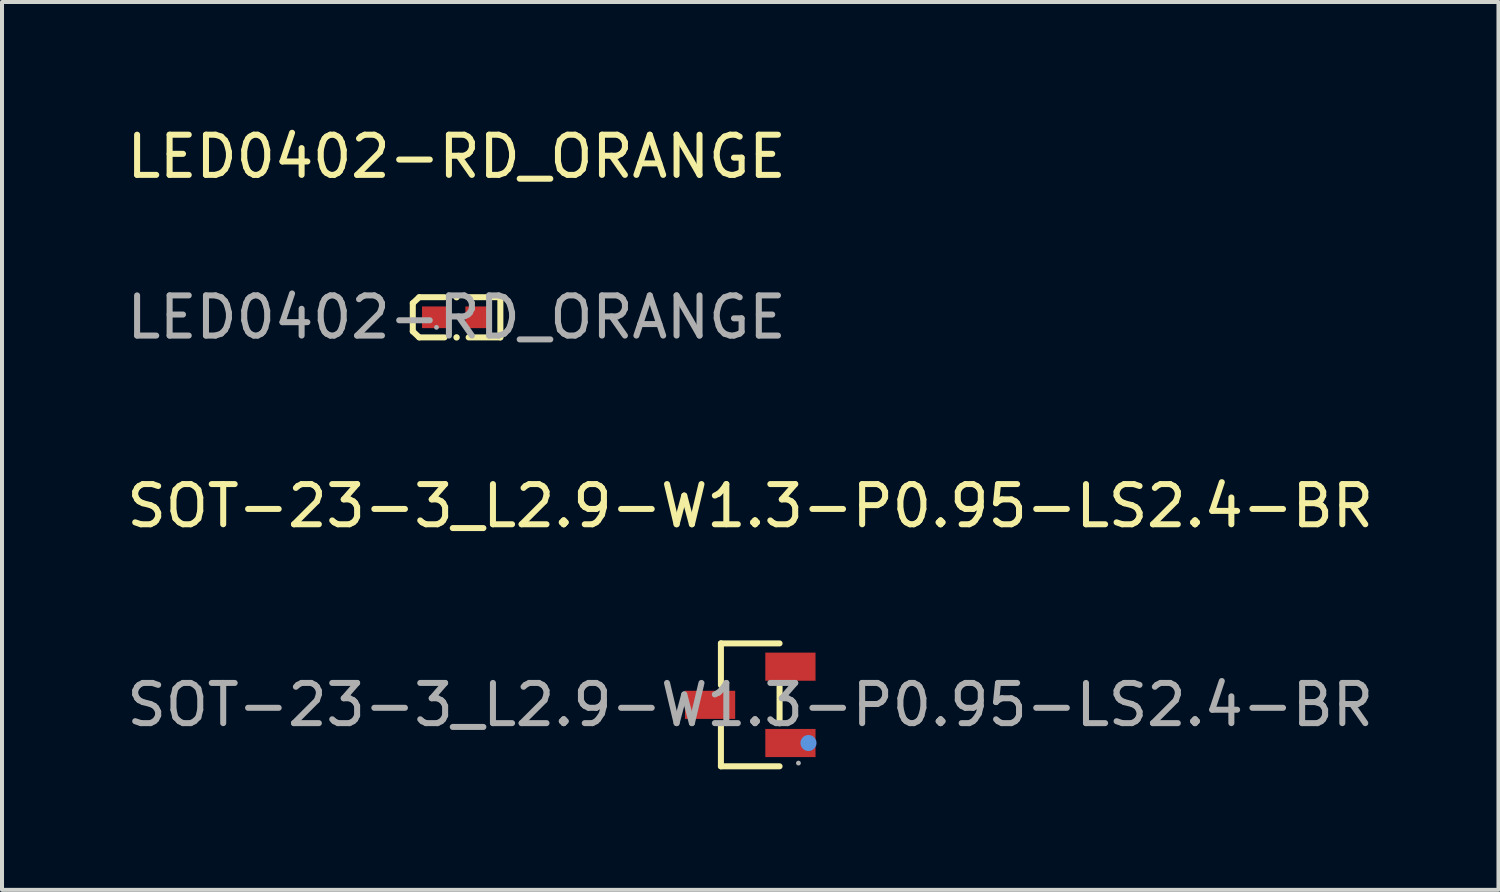
<source format=kicad_pcb>
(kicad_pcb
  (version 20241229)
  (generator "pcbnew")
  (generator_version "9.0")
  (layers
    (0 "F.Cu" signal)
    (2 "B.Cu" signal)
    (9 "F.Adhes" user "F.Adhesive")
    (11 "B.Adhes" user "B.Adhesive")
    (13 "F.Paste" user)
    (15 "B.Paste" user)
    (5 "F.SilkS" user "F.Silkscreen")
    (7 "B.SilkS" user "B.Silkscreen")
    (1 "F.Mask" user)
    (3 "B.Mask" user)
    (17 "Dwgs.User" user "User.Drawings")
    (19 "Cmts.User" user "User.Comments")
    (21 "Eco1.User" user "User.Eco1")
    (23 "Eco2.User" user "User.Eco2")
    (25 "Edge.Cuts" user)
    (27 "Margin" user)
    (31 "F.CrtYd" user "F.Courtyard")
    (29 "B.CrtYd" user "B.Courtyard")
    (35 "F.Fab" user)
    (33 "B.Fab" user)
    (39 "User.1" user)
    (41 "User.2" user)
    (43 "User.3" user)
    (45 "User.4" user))
  (footprint "SOT-23-3_L2.9-W1.3-P0.95-LS2.4-BR"
    (layer "F.Cu")
    (at 15.625 14.495)
    (property "Reference" "SOT-23-3_L2.9-W1.3-P0.95-LS2.4-BR" (at 0 -4.95 0) (layer "F.SilkS") (effects (font (size 1 1) (thickness 0.15))))
    (attr smd)
    (fp_line (start -0.73 -1.53) (end -0.73 -0.49) (stroke (width 0.15) (type solid)) (layer "F.SilkS"))
    (fp_line (start -0.73 1.53) (end -0.73 0.49) (stroke (width 0.15) (type solid)) (layer "F.SilkS"))
    (fp_line (start 0.73 -1.53) (end -0.73 -1.53) (stroke (width 0.15) (type solid)) (layer "F.SilkS"))
    (fp_line (start 0.73 -0.46) (end 0.73 0.46) (stroke (width 0.15) (type solid)) (layer "F.SilkS"))
    (fp_line (start 0.73 1.53) (end -0.73 1.53) (stroke (width 0.15) (type solid)) (layer "F.SilkS"))
    (fp_circle (center 1.45 0.95) (end 1.55 0.95) (stroke (width 0.2) (type solid)) (fill no) (layer "Cmts.User"))
    (fp_circle (center 1.2 1.45) (end 1.23 1.45) (stroke (width 0.06) (type solid)) (fill no) (layer "F.Fab"))
    (fp_text user "${REFERENCE}" (at 0 0 0) (layer "F.Fab") (effects (font (size 1 1) (thickness 0.15))))
    (pad "1" smd rect (at 1 0.95) (size 1.25 0.7) (layers "F.Cu" "F.Mask" "F.Paste"))
    (pad "2" smd rect (at 1 -0.95) (size 1.25 0.7) (layers "F.Cu" "F.Mask" "F.Paste"))
    (pad "3" smd rect (at -1 0) (size 1.25 0.7) (layers "F.Cu" "F.Mask" "F.Paste")))
  (footprint "LED0402-RD_ORANGE"
    (layer "F.Cu")
    (at 8.315 4.848)
    (property "Reference" "LED0402-RD_ORANGE" (at 0 -4 0) (layer "F.SilkS") (effects (font (size 1 1) (thickness 0.15))))
    (attr smd)
    (fp_line (start -1.09 -0.35) (end -0.93 -0.5) (stroke (width 0.15) (type solid)) (layer "F.SilkS"))
    (fp_line (start -1.09 0.35) (end -1.09 -0.35) (stroke (width 0.15) (type solid)) (layer "F.SilkS"))
    (fp_line (start -0.93 -0.5) (end -0.3 -0.5) (stroke (width 0.15) (type solid)) (layer "F.SilkS"))
    (fp_line (start -0.93 0.5) (end -1.09 0.35) (stroke (width 0.15) (type solid)) (layer "F.SilkS"))
    (fp_line (start -0.3 0.5) (end -0.93 0.5) (stroke (width 0.15) (type solid)) (layer "F.SilkS"))
    (fp_line (start 0.3 0.5) (end 1.09 0.5) (stroke (width 0.15) (type solid)) (layer "F.SilkS"))
    (fp_line (start 1.09 -0.5) (end 0.3 -0.5) (stroke (width 0.15) (type solid)) (layer "F.SilkS"))
    (fp_line (start 1.09 0.5) (end 1.09 -0.5) (stroke (width 0.15) (type solid)) (layer "F.SilkS"))
    (fp_circle (center 0 -0.5) (end 0.04 -0.5) (stroke (width 0.08) (type solid)) (fill no) (layer "F.SilkS"))
    (fp_circle (center 0 0.5) (end 0.04 0.5) (stroke (width 0.08) (type solid)) (fill no) (layer "F.SilkS"))
    (fp_circle (center -0.5 0.25) (end -0.47 0.25) (stroke (width 0.06) (type solid)) (fill no) (layer "F.Fab"))
    (fp_text user "${REFERENCE}" (at 0 0 0) (layer "F.Fab") (effects (font (size 1 1) (thickness 0.15))))
    (pad "1" smd rect (at -0.54 0) (size 0.64 0.54) (layers "F.Cu" "F.Mask" "F.Paste"))
    (pad "2" smd rect (at 0.54 0) (size 0.64 0.54) (layers "F.Cu" "F.Mask" "F.Paste")))
  (gr_rect
    (start -3 -3)
    (end 34.25 19.1)
    (stroke (width 0.1) (type default))
    (fill no)
    (layer "Edge.Cuts")))
</source>
